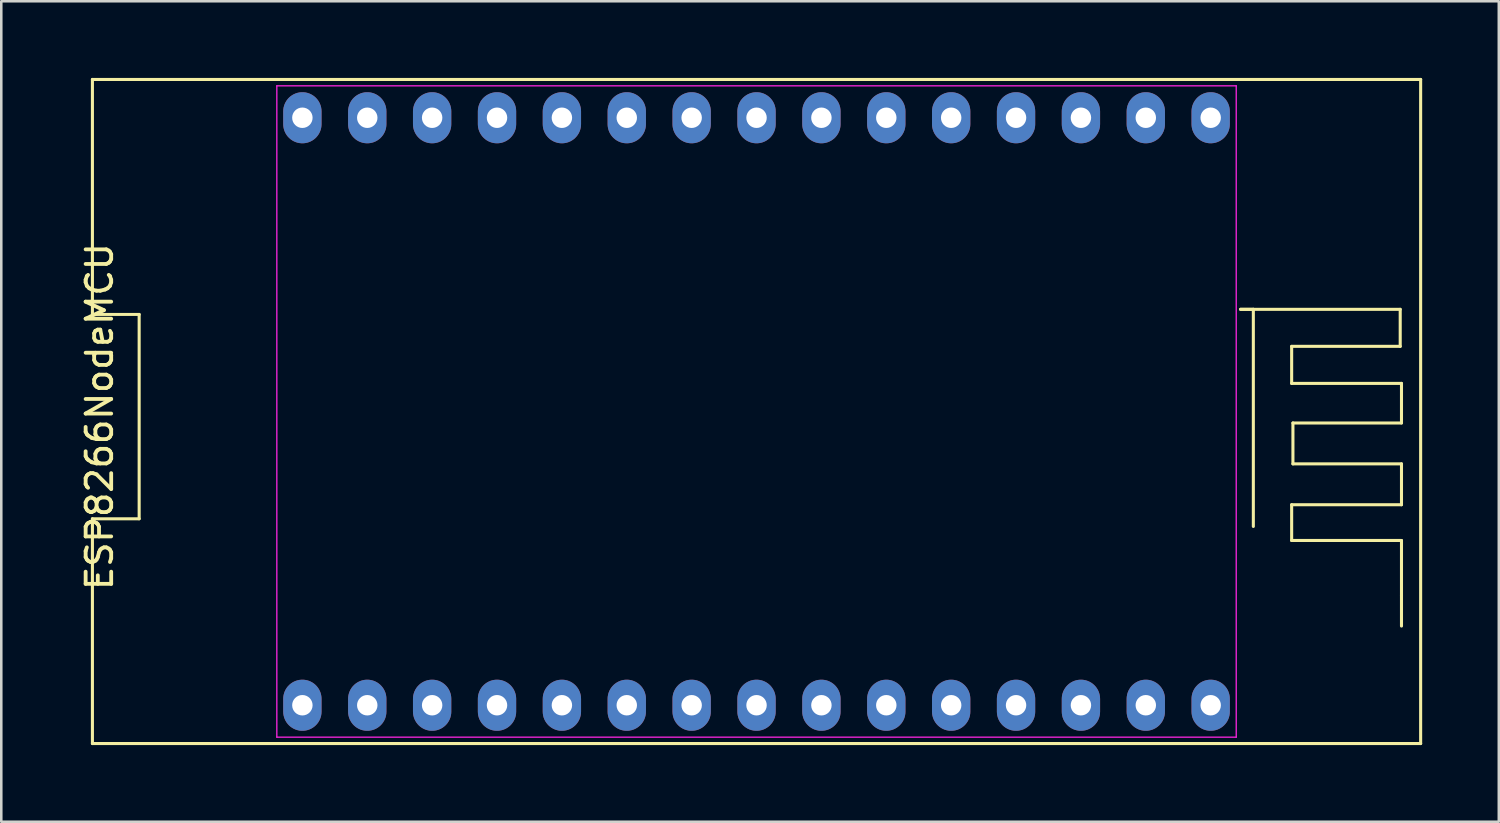
<source format=kicad_pcb>
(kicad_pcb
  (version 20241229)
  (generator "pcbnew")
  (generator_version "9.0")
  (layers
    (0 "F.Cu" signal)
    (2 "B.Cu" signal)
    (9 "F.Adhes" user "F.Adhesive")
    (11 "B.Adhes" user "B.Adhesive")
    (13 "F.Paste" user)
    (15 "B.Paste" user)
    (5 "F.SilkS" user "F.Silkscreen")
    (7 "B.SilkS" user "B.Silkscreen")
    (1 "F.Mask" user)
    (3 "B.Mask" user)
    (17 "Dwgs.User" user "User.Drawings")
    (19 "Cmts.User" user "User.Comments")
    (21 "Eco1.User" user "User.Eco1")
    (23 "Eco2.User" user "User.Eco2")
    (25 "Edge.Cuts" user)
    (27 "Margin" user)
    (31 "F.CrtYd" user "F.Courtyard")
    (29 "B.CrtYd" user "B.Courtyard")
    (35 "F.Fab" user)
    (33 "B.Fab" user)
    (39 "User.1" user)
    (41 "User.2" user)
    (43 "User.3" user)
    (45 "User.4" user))
  (footprint "ESP8266NodeMCU"
    (layer "F.Cu")
    (at 27.568 13.26)
    (property "Reference" "ESP8266NodeMCU" (at -26.72 0 90) (layer "F.SilkS") (effects (font (size 1 1) (thickness 0.15))))
    (attr through_hole)
    (fp_line (start -27 -13.2) (end -27 -4) (stroke (width 0.12) (type solid)) (layer "F.SilkS"))
    (fp_line (start -27 -4) (end -25.17 -4) (stroke (width 0.12) (type solid)) (layer "F.SilkS"))
    (fp_line (start -27 4) (end -27 12.8) (stroke (width 0.12) (type solid)) (layer "F.SilkS"))
    (fp_line (start -27 12.8) (end 25 12.8) (stroke (width 0.12) (type solid)) (layer "F.SilkS"))
    (fp_line (start -25.17 -4) (end -25.17 4) (stroke (width 0.12) (type solid)) (layer "F.SilkS"))
    (fp_line (start -25.17 4) (end -27 4) (stroke (width 0.12) (type solid)) (layer "F.SilkS"))
    (fp_line (start 17.95 -4.2) (end 18.45 -4.2) (stroke (width 0.12) (type solid)) (layer "F.SilkS"))
    (fp_line (start 18.45 -4.2) (end 18.45 4.3) (stroke (width 0.12) (type solid)) (layer "F.SilkS"))
    (fp_line (start 19.95 -2.75) (end 24.2 -2.75) (stroke (width 0.12) (type solid)) (layer "F.SilkS"))
    (fp_line (start 19.95 -1.3) (end 19.95 -2.75) (stroke (width 0.12) (type solid)) (layer "F.SilkS"))
    (fp_line (start 19.95 3.45) (end 24.25 3.45) (stroke (width 0.12) (type solid)) (layer "F.SilkS"))
    (fp_line (start 19.95 4.85) (end 19.95 3.45) (stroke (width 0.12) (type solid)) (layer "F.SilkS"))
    (fp_line (start 20 0.25) (end 24.25 0.25) (stroke (width 0.12) (type solid)) (layer "F.SilkS"))
    (fp_line (start 20 1.85) (end 20 0.25) (stroke (width 0.12) (type solid)) (layer "F.SilkS"))
    (fp_line (start 24.2 -4.2) (end 17.95 -4.2) (stroke (width 0.12) (type solid)) (layer "F.SilkS"))
    (fp_line (start 24.2 -2.75) (end 24.2 -4.2) (stroke (width 0.12) (type solid)) (layer "F.SilkS"))
    (fp_line (start 24.25 -1.3) (end 19.95 -1.3) (stroke (width 0.12) (type solid)) (layer "F.SilkS"))
    (fp_line (start 24.25 0.25) (end 24.25 -1.3) (stroke (width 0.12) (type solid)) (layer "F.SilkS"))
    (fp_line (start 24.25 1.85) (end 20 1.85) (stroke (width 0.12) (type solid)) (layer "F.SilkS"))
    (fp_line (start 24.25 3.45) (end 24.25 1.85) (stroke (width 0.12) (type solid)) (layer "F.SilkS"))
    (fp_line (start 24.25 4.85) (end 19.95 4.85) (stroke (width 0.12) (type solid)) (layer "F.SilkS"))
    (fp_line (start 24.25 7) (end 24.25 4.85) (stroke (width 0.12) (type solid)) (layer "F.SilkS"))
    (fp_line (start 24.25 7) (end 24.25 8.2) (stroke (width 0.12) (type solid)) (layer "F.SilkS"))
    (fp_line (start 25 -13.2) (end -27 -13.2) (stroke (width 0.12) (type solid)) (layer "F.SilkS"))
    (fp_line (start 25 12.8) (end 25 -13.2) (stroke (width 0.12) (type solid)) (layer "F.SilkS"))
    (fp_line (start -19.78 -12.95) (end 17.78 -12.95) (stroke (width 0.05) (type solid)) (layer "F.CrtYd"))
    (fp_line (start -19.78 12.55) (end -19.78 -12.95) (stroke (width 0.05) (type solid)) (layer "F.CrtYd"))
    (fp_line (start 17.78 -12.95) (end 17.78 12.55) (stroke (width 0.05) (type solid)) (layer "F.CrtYd"))
    (fp_line (start 17.78 12.55) (end -19.78 12.55) (stroke (width 0.05) (type solid)) (layer "F.CrtYd"))
    (pad "1" thru_hole oval (at -18.78 11.3) (size 1.5 2) (drill 0.8) (layers "*.Cu" "*.Mask"))
    (pad "2" thru_hole oval (at -16.24 11.3) (size 1.5 2) (drill 0.8) (layers "*.Cu" "*.Mask"))
    (pad "3" thru_hole oval (at -13.7 11.3) (size 1.5 2) (drill 0.8) (layers "*.Cu" "*.Mask"))
    (pad "4" thru_hole oval (at -11.16 11.3) (size 1.5 2) (drill 0.8) (layers "*.Cu" "*.Mask"))
    (pad "5" thru_hole oval (at -8.62 11.3) (size 1.5 2) (drill 0.8) (layers "*.Cu" "*.Mask"))
    (pad "6" thru_hole oval (at -6.08 11.3) (size 1.5 2) (drill 0.8) (layers "*.Cu" "*.Mask"))
    (pad "7" thru_hole oval (at -3.54 11.3) (size 1.5 2) (drill 0.8) (layers "*.Cu" "*.Mask"))
    (pad "8" thru_hole oval (at -1 11.3) (size 1.5 2) (drill 0.8) (layers "*.Cu" "*.Mask"))
    (pad "9" thru_hole oval (at 1.54 11.3) (size 1.5 2) (drill 0.8) (layers "*.Cu" "*.Mask"))
    (pad "10" thru_hole oval (at 4.08 11.3) (size 1.5 2) (drill 0.8) (layers "*.Cu" "*.Mask"))
    (pad "11" thru_hole oval (at 6.62 11.3) (size 1.5 2) (drill 0.8) (layers "*.Cu" "*.Mask"))
    (pad "12" thru_hole oval (at 9.16 11.3) (size 1.5 2) (drill 0.8) (layers "*.Cu" "*.Mask"))
    (pad "13" thru_hole oval (at 11.7 11.3) (size 1.5 2) (drill 0.8) (layers "*.Cu" "*.Mask"))
    (pad "14" thru_hole oval (at 14.24 11.3) (size 1.5 2) (drill 0.8) (layers "*.Cu" "*.Mask"))
    (pad "15" thru_hole oval (at 16.78 11.3) (size 1.5 2) (drill 0.8) (layers "*.Cu" "*.Mask"))
    (pad "16" thru_hole oval (at 16.78 -11.7) (size 1.5 2) (drill 0.8) (layers "*.Cu" "*.Mask"))
    (pad "17" thru_hole oval (at 14.24 -11.7) (size 1.5 2) (drill 0.8) (layers "*.Cu" "*.Mask"))
    (pad "18" thru_hole oval (at 11.7 -11.7) (size 1.5 2) (drill 0.8) (layers "*.Cu" "*.Mask"))
    (pad "19" thru_hole oval (at 9.16 -11.7) (size 1.5 2) (drill 0.8) (layers "*.Cu" "*.Mask"))
    (pad "20" thru_hole oval (at 6.62 -11.7) (size 1.5 2) (drill 0.8) (layers "*.Cu" "*.Mask"))
    (pad "21" thru_hole oval (at 4.08 -11.7) (size 1.5 2) (drill 0.8) (layers "*.Cu" "*.Mask"))
    (pad "22" thru_hole oval (at 1.54 -11.7) (size 1.5 2) (drill 0.8) (layers "*.Cu" "*.Mask"))
    (pad "23" thru_hole oval (at -1 -11.7) (size 1.5 2) (drill 0.8) (layers "*.Cu" "*.Mask"))
    (pad "24" thru_hole oval (at -3.54 -11.7) (size 1.5 2) (drill 0.8) (layers "*.Cu" "*.Mask"))
    (pad "25" thru_hole oval (at -6.08 -11.7) (size 1.5 2) (drill 0.8) (layers "*.Cu" "*.Mask"))
    (pad "26" thru_hole oval (at -8.62 -11.7) (size 1.5 2) (drill 0.8) (layers "*.Cu" "*.Mask"))
    (pad "27" thru_hole oval (at -11.16 -11.7) (size 1.5 2) (drill 0.8) (layers "*.Cu" "*.Mask"))
    (pad "28" thru_hole oval (at -13.7 -11.7) (size 1.5 2) (drill 0.8) (layers "*.Cu" "*.Mask"))
    (pad "29" thru_hole oval (at -16.24 -11.7) (size 1.5 2) (drill 0.8) (layers "*.Cu" "*.Mask"))
    (pad "30" thru_hole oval (at -18.78 -11.7) (size 1.5 2) (drill 0.8) (layers "*.Cu" "*.Mask")))
  (gr_rect
    (start -3 -3)
    (end 55.628 29.12)
    (stroke (width 0.1) (type default))
    (fill no)
    (layer "Edge.Cuts")))
</source>
